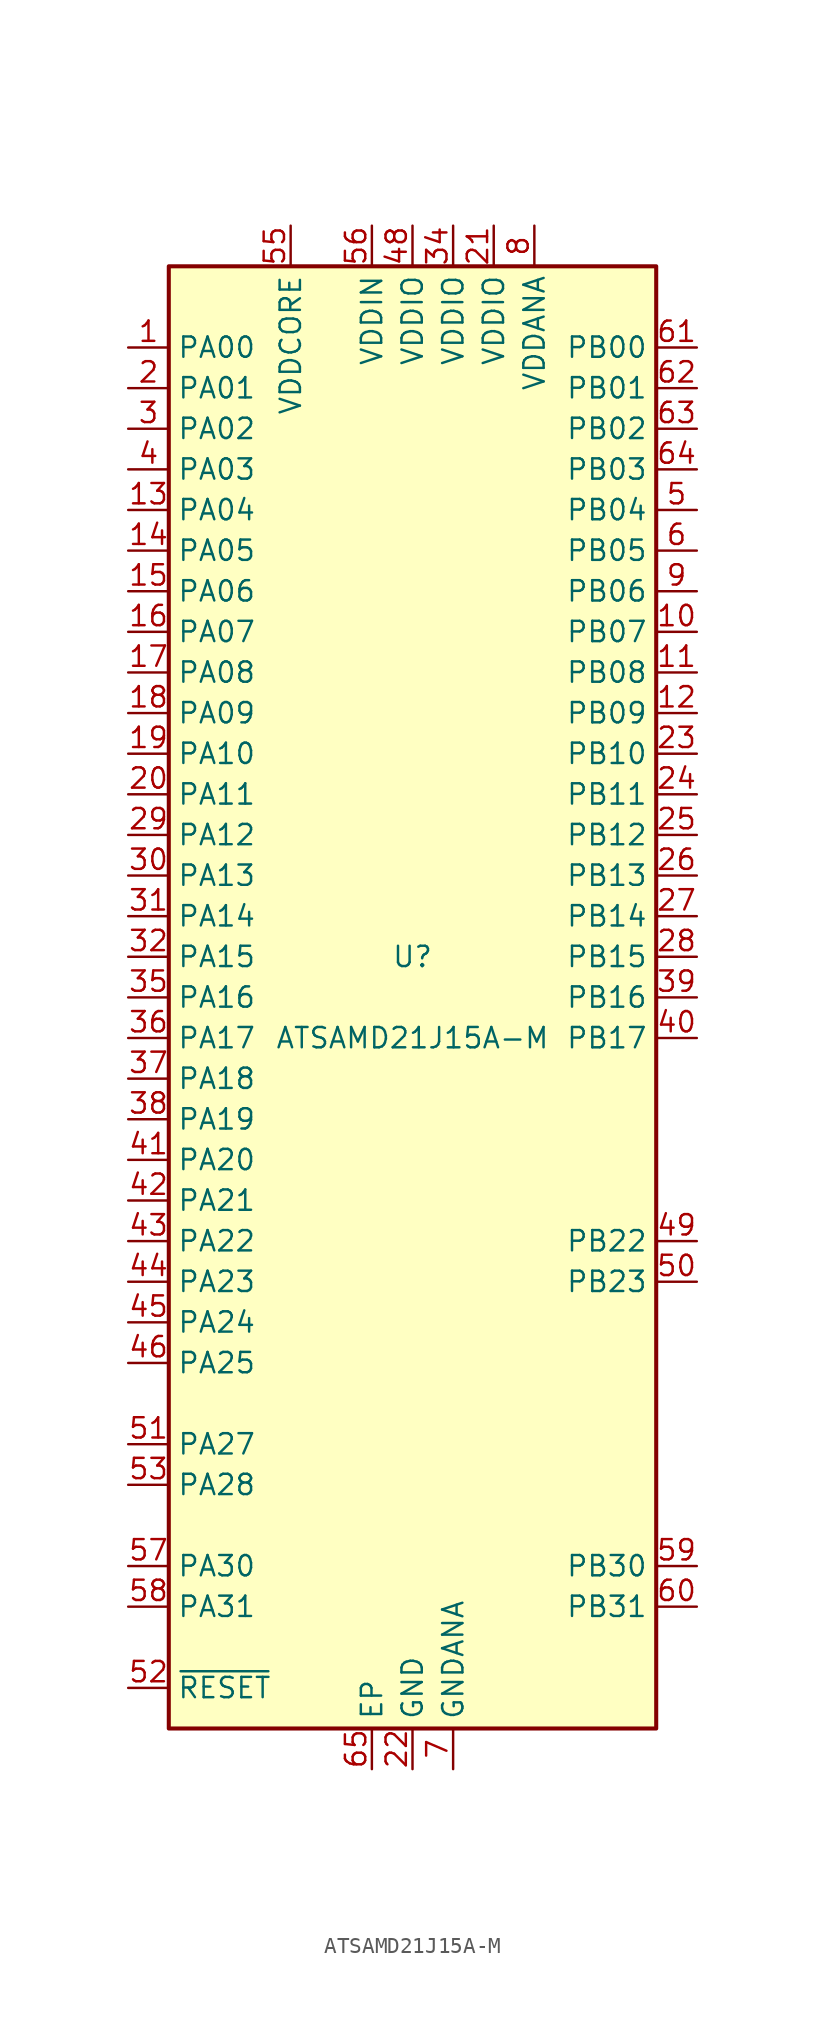
<source format=kicad_sym>
(kicad_symbol_lib
  (version 20231120)
  (generator "kicad_symbol_editor")
  (generator_version "8.0")
  (symbol "ATSAMD21J15A-M"
    (property "Reference" "U"
      (at 0 2.54 0)
      (effects (font (size 1.27 1.27))))
    (property "Value" "ATSAMD21J15A-M"
      (at 0 -2.54 0)
      (effects (font (size 1.27 1.27))))
    (symbol "ATSAMD21J15A-M_0_1"
      (rectangle (start -15.24 45.72) (end 15.24 -45.72) (stroke (width 0.254) (type default)) (fill (type background))))
    (symbol "ATSAMD21J15A-M_1_1"
      (pin bidirectional line (at -17.78 40.64 0) (length 2.54) (name "PA00" (effects (font (size 1.27 1.27)))) (number "1" (effects (font (size 1.27 1.27)))))
      (pin bidirectional line (at 17.78 22.86 180) (length 2.54) (name "PB07" (effects (font (size 1.27 1.27)))) (number "10" (effects (font (size 1.27 1.27)))))
      (pin bidirectional line (at 17.78 20.32 180) (length 2.54) (name "PB08" (effects (font (size 1.27 1.27)))) (number "11" (effects (font (size 1.27 1.27)))))
      (pin bidirectional line (at 17.78 17.78 180) (length 2.54) (name "PB09" (effects (font (size 1.27 1.27)))) (number "12" (effects (font (size 1.27 1.27)))))
      (pin bidirectional line (at -17.78 30.48 0) (length 2.54) (name "PA04" (effects (font (size 1.27 1.27)))) (number "13" (effects (font (size 1.27 1.27)))))
      (pin bidirectional line (at -17.78 27.94 0) (length 2.54) (name "PA05" (effects (font (size 1.27 1.27)))) (number "14" (effects (font (size 1.27 1.27)))))
      (pin bidirectional line (at -17.78 25.4 0) (length 2.54) (name "PA06" (effects (font (size 1.27 1.27)))) (number "15" (effects (font (size 1.27 1.27)))))
      (pin bidirectional line (at -17.78 22.86 0) (length 2.54) (name "PA07" (effects (font (size 1.27 1.27)))) (number "16" (effects (font (size 1.27 1.27)))))
      (pin bidirectional line (at -17.78 20.32 0) (length 2.54) (name "PA08" (effects (font (size 1.27 1.27)))) (number "17" (effects (font (size 1.27 1.27)))))
      (pin bidirectional line (at -17.78 17.78 0) (length 2.54) (name "PA09" (effects (font (size 1.27 1.27)))) (number "18" (effects (font (size 1.27 1.27)))))
      (pin bidirectional line (at -17.78 15.24 0) (length 2.54) (name "PA10" (effects (font (size 1.27 1.27)))) (number "19" (effects (font (size 1.27 1.27)))))
      (pin bidirectional line (at -17.78 38.1 0) (length 2.54) (name "PA01" (effects (font (size 1.27 1.27)))) (number "2" (effects (font (size 1.27 1.27)))))
      (pin bidirectional line (at -17.78 12.7 0) (length 2.54) (name "PA11" (effects (font (size 1.27 1.27)))) (number "20" (effects (font (size 1.27 1.27)))))
      (pin power_in line (at 5.08 48.26 270) (length 2.54) (name "VDDIO" (effects (font (size 1.27 1.27)))) (number "21" (effects (font (size 1.27 1.27)))))
      (pin power_in line (at 0 -48.26 90) (length 2.54) (name "GND" (effects (font (size 1.27 1.27)))) (number "22" (effects (font (size 1.27 1.27)))))
      (pin bidirectional line (at 17.78 15.24 180) (length 2.54) (name "PB10" (effects (font (size 1.27 1.27)))) (number "23" (effects (font (size 1.27 1.27)))))
      (pin bidirectional line (at 17.78 12.7 180) (length 2.54) (name "PB11" (effects (font (size 1.27 1.27)))) (number "24" (effects (font (size 1.27 1.27)))))
      (pin bidirectional line (at 17.78 10.16 180) (length 2.54) (name "PB12" (effects (font (size 1.27 1.27)))) (number "25" (effects (font (size 1.27 1.27)))))
      (pin bidirectional line (at 17.78 7.62 180) (length 2.54) (name "PB13" (effects (font (size 1.27 1.27)))) (number "26" (effects (font (size 1.27 1.27)))))
      (pin bidirectional line (at 17.78 5.08 180) (length 2.54) (name "PB14" (effects (font (size 1.27 1.27)))) (number "27" (effects (font (size 1.27 1.27)))))
      (pin bidirectional line (at 17.78 2.54 180) (length 2.54) (name "PB15" (effects (font (size 1.27 1.27)))) (number "28" (effects (font (size 1.27 1.27)))))
      (pin bidirectional line (at -17.78 10.16 0) (length 2.54) (name "PA12" (effects (font (size 1.27 1.27)))) (number "29" (effects (font (size 1.27 1.27)))))
      (pin bidirectional line (at -17.78 35.56 0) (length 2.54) (name "PA02" (effects (font (size 1.27 1.27)))) (number "3" (effects (font (size 1.27 1.27)))))
      (pin bidirectional line (at -17.78 7.62 0) (length 2.54) (name "PA13" (effects (font (size 1.27 1.27)))) (number "30" (effects (font (size 1.27 1.27)))))
      (pin bidirectional line (at -17.78 5.08 0) (length 2.54) (name "PA14" (effects (font (size 1.27 1.27)))) (number "31" (effects (font (size 1.27 1.27)))))
      (pin bidirectional line (at -17.78 2.54 0) (length 2.54) (name "PA15" (effects (font (size 1.27 1.27)))) (number "32" (effects (font (size 1.27 1.27)))))
      (pin passive line (at 0 -48.26 90) (length 2.54) hide (name "GND" (effects (font (size 1.27 1.27)))) (number "33" (effects (font (size 1.27 1.27)))))
      (pin power_in line (at 2.54 48.26 270) (length 2.54) (name "VDDIO" (effects (font (size 1.27 1.27)))) (number "34" (effects (font (size 1.27 1.27)))))
      (pin bidirectional line (at -17.78 0 0) (length 2.54) (name "PA16" (effects (font (size 1.27 1.27)))) (number "35" (effects (font (size 1.27 1.27)))))
      (pin bidirectional line (at -17.78 -2.54 0) (length 2.54) (name "PA17" (effects (font (size 1.27 1.27)))) (number "36" (effects (font (size 1.27 1.27)))))
      (pin bidirectional line (at -17.78 -5.08 0) (length 2.54) (name "PA18" (effects (font (size 1.27 1.27)))) (number "37" (effects (font (size 1.27 1.27)))))
      (pin bidirectional line (at -17.78 -7.62 0) (length 2.54) (name "PA19" (effects (font (size 1.27 1.27)))) (number "38" (effects (font (size 1.27 1.27)))))
      (pin bidirectional line (at 17.78 0 180) (length 2.54) (name "PB16" (effects (font (size 1.27 1.27)))) (number "39" (effects (font (size 1.27 1.27)))))
      (pin bidirectional line (at -17.78 33.02 0) (length 2.54) (name "PA03" (effects (font (size 1.27 1.27)))) (number "4" (effects (font (size 1.27 1.27)))))
      (pin bidirectional line (at 17.78 -2.54 180) (length 2.54) (name "PB17" (effects (font (size 1.27 1.27)))) (number "40" (effects (font (size 1.27 1.27)))))
      (pin bidirectional line (at -17.78 -10.16 0) (length 2.54) (name "PA20" (effects (font (size 1.27 1.27)))) (number "41" (effects (font (size 1.27 1.27)))))
      (pin bidirectional line (at -17.78 -12.7 0) (length 2.54) (name "PA21" (effects (font (size 1.27 1.27)))) (number "42" (effects (font (size 1.27 1.27)))))
      (pin bidirectional line (at -17.78 -15.24 0) (length 2.54) (name "PA22" (effects (font (size 1.27 1.27)))) (number "43" (effects (font (size 1.27 1.27)))))
      (pin bidirectional line (at -17.78 -17.78 0) (length 2.54) (name "PA23" (effects (font (size 1.27 1.27)))) (number "44" (effects (font (size 1.27 1.27)))))
      (pin bidirectional line (at -17.78 -20.32 0) (length 2.54) (name "PA24" (effects (font (size 1.27 1.27)))) (number "45" (effects (font (size 1.27 1.27)))))
      (pin bidirectional line (at -17.78 -22.86 0) (length 2.54) (name "PA25" (effects (font (size 1.27 1.27)))) (number "46" (effects (font (size 1.27 1.27)))))
      (pin passive line (at 0 -48.26 90) (length 2.54) hide (name "GND" (effects (font (size 1.27 1.27)))) (number "47" (effects (font (size 1.27 1.27)))))
      (pin power_in line (at 0 48.26 270) (length 2.54) (name "VDDIO" (effects (font (size 1.27 1.27)))) (number "48" (effects (font (size 1.27 1.27)))))
      (pin bidirectional line (at 17.78 -15.24 180) (length 2.54) (name "PB22" (effects (font (size 1.27 1.27)))) (number "49" (effects (font (size 1.27 1.27)))))
      (pin bidirectional line (at 17.78 30.48 180) (length 2.54) (name "PB04" (effects (font (size 1.27 1.27)))) (number "5" (effects (font (size 1.27 1.27)))))
      (pin bidirectional line (at 17.78 -17.78 180) (length 2.54) (name "PB23" (effects (font (size 1.27 1.27)))) (number "50" (effects (font (size 1.27 1.27)))))
      (pin bidirectional line (at -17.78 -27.94 0) (length 2.54) (name "PA27" (effects (font (size 1.27 1.27)))) (number "51" (effects (font (size 1.27 1.27)))))
      (pin input line (at -17.78 -43.18 0) (length 2.54) (name "~{RESET}" (effects (font (size 1.27 1.27)))) (number "52" (effects (font (size 1.27 1.27)))))
      (pin bidirectional line (at -17.78 -30.48 0) (length 2.54) (name "PA28" (effects (font (size 1.27 1.27)))) (number "53" (effects (font (size 1.27 1.27)))))
      (pin passive line (at 0 -48.26 90) (length 2.54) hide (name "GND" (effects (font (size 1.27 1.27)))) (number "54" (effects (font (size 1.27 1.27)))))
      (pin power_out line (at -7.62 48.26 270) (length 2.54) (name "VDDCORE" (effects (font (size 1.27 1.27)))) (number "55" (effects (font (size 1.27 1.27)))))
      (pin power_in line (at -2.54 48.26 270) (length 2.54) (name "VDDIN" (effects (font (size 1.27 1.27)))) (number "56" (effects (font (size 1.27 1.27)))))
      (pin bidirectional line (at -17.78 -35.56 0) (length 2.54) (name "PA30" (effects (font (size 1.27 1.27)))) (number "57" (effects (font (size 1.27 1.27)))))
      (pin bidirectional line (at -17.78 -38.1 0) (length 2.54) (name "PA31" (effects (font (size 1.27 1.27)))) (number "58" (effects (font (size 1.27 1.27)))))
      (pin bidirectional line (at 17.78 -35.56 180) (length 2.54) (name "PB30" (effects (font (size 1.27 1.27)))) (number "59" (effects (font (size 1.27 1.27)))))
      (pin bidirectional line (at 17.78 27.94 180) (length 2.54) (name "PB05" (effects (font (size 1.27 1.27)))) (number "6" (effects (font (size 1.27 1.27)))))
      (pin bidirectional line (at 17.78 -38.1 180) (length 2.54) (name "PB31" (effects (font (size 1.27 1.27)))) (number "60" (effects (font (size 1.27 1.27)))))
      (pin bidirectional line (at 17.78 40.64 180) (length 2.54) (name "PB00" (effects (font (size 1.27 1.27)))) (number "61" (effects (font (size 1.27 1.27)))))
      (pin bidirectional line (at 17.78 38.1 180) (length 2.54) (name "PB01" (effects (font (size 1.27 1.27)))) (number "62" (effects (font (size 1.27 1.27)))))
      (pin bidirectional line (at 17.78 35.56 180) (length 2.54) (name "PB02" (effects (font (size 1.27 1.27)))) (number "63" (effects (font (size 1.27 1.27)))))
      (pin bidirectional line (at 17.78 33.02 180) (length 2.54) (name "PB03" (effects (font (size 1.27 1.27)))) (number "64" (effects (font (size 1.27 1.27)))))
      (pin passive line (at -2.54 -48.26 90) (length 2.54) (name "EP" (effects (font (size 1.27 1.27)))) (number "65" (effects (font (size 1.27 1.27)))))
      (pin power_in line (at 2.54 -48.26 90) (length 2.54) (name "GNDANA" (effects (font (size 1.27 1.27)))) (number "7" (effects (font (size 1.27 1.27)))))
      (pin power_in line (at 7.62 48.26 270) (length 2.54) (name "VDDANA" (effects (font (size 1.27 1.27)))) (number "8" (effects (font (size 1.27 1.27)))))
      (pin bidirectional line (at 17.78 25.4 180) (length 2.54) (name "PB06" (effects (font (size 1.27 1.27)))) (number "9" (effects (font (size 1.27 1.27))))))))
</source>
